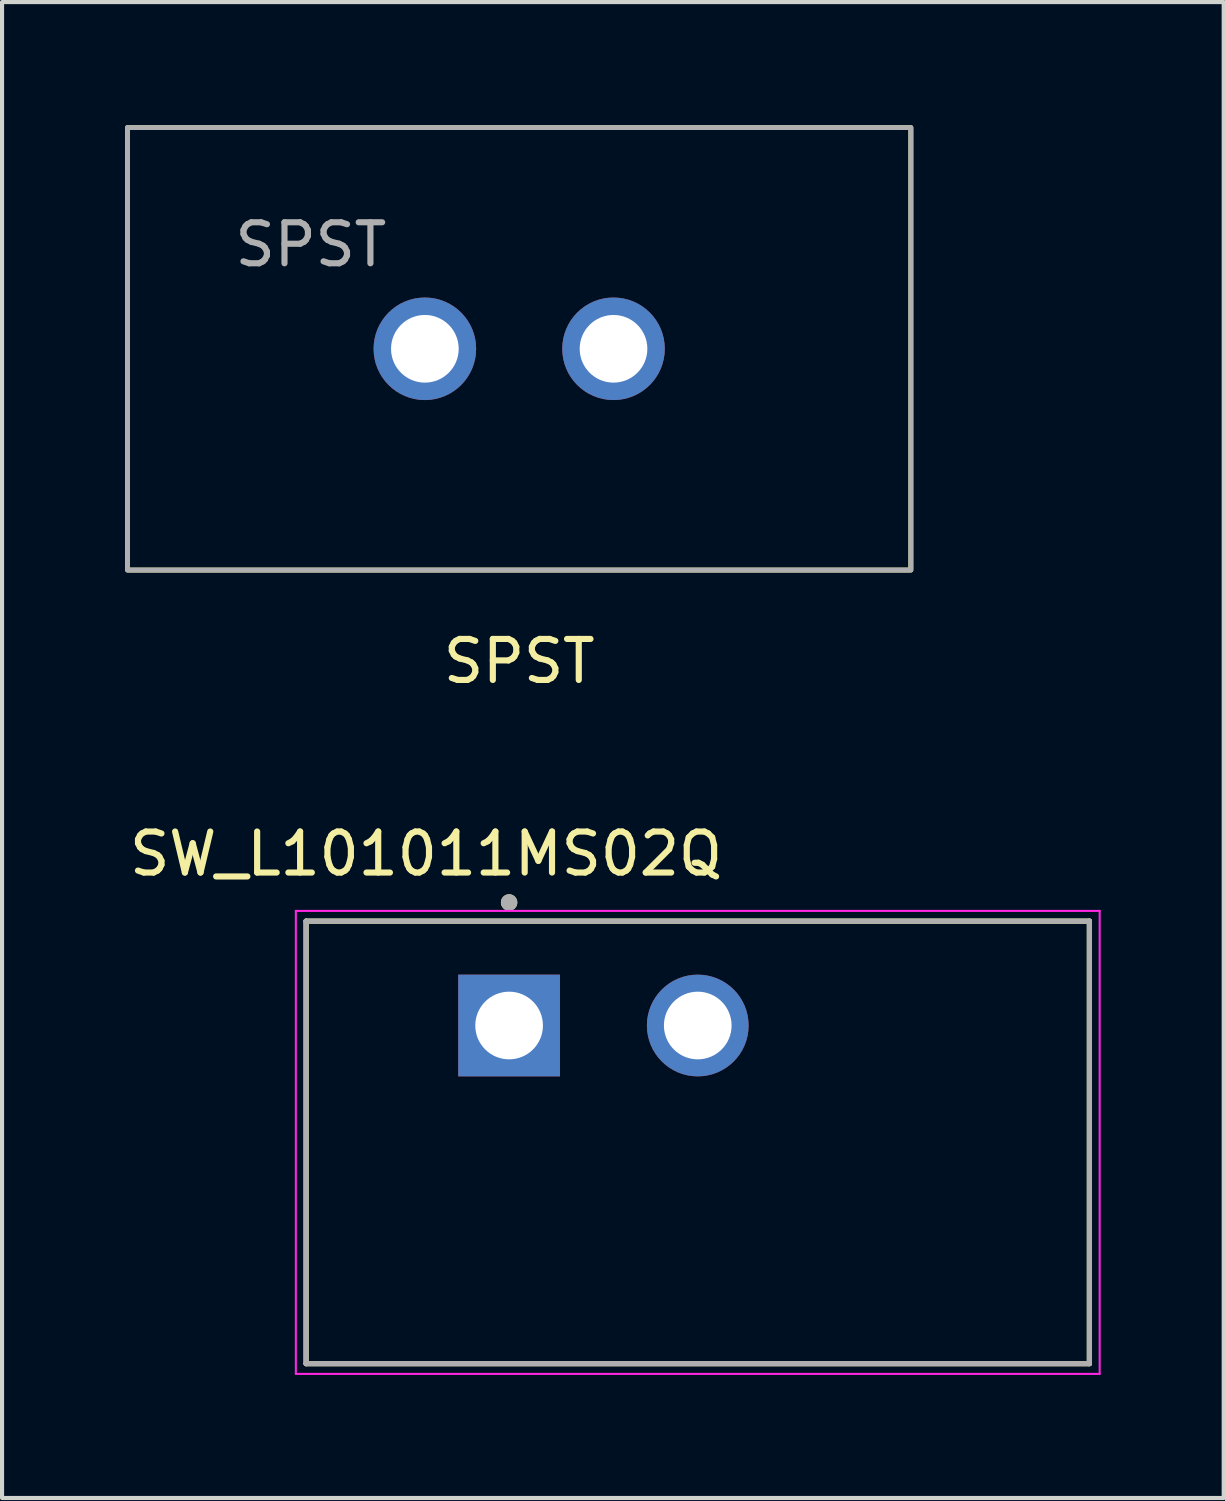
<source format=kicad_pcb>
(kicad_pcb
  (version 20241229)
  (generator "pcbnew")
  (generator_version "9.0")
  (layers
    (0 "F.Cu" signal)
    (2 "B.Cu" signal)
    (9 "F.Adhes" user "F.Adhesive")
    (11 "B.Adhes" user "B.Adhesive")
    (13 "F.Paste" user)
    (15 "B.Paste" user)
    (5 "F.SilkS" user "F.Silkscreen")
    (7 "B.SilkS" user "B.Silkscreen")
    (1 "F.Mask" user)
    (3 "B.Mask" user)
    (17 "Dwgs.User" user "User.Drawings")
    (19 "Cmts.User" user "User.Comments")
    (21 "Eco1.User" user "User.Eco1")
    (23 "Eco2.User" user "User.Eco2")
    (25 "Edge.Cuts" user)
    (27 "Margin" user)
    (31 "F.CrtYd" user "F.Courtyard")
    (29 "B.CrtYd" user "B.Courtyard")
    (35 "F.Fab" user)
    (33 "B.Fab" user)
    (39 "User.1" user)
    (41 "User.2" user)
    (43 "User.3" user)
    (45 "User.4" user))
  (footprint "SPST"
    (layer "F.Cu")
    (at 9.61 5.455)
    (property "Reference" "SPST" (at 0 7.62 0) (unlocked yes) (layer "F.SilkS") (effects (font (size 1 1) (thickness 0.15))))
    (attr through_hole)
    (fp_rect (start -9.55 -5.395) (end 9.55 5.395) (stroke (width 0.12) (type solid)) (fill no) (layer "F.SilkS"))
    (fp_rect (start -9.55 -5.395) (end 9.55 5.395) (stroke (width 0.12) (type solid)) (fill no) (layer "F.Fab"))
    (fp_text user "${REFERENCE}" (at -5.08 -2.54 0) (unlocked yes) (layer "F.Fab") (effects (font (size 1 1) (thickness 0.15))))
    (pad "1" thru_hole circle (at -2.3 0) (size 2.5 2.5) (drill 1.65) (layers "*.Cu" "*.Mask"))
    (pad "2" thru_hole circle (at 2.3 0) (size 2.5 2.5) (drill 1.65) (layers "*.Cu" "*.Mask")))
  (footprint "SW_L101011MS02Q"
    (layer "F.Cu")
    (at 13.964 24.806)
    (property "Reference" "SW_L101011MS02Q" (at -6.625 -7.035 0) (layer "F.SilkS") (effects (font (size 1 1) (thickness 0.15))))
    (attr through_hole)
    (fp_line (start -9.55 -5.395) (end 9.55 -5.395) (stroke (width 0.127) (type solid)) (layer "F.SilkS"))
    (fp_line (start -9.55 5.395) (end -9.55 -5.395) (stroke (width 0.127) (type solid)) (layer "F.SilkS"))
    (fp_line (start 9.55 -5.395) (end 9.55 5.395) (stroke (width 0.127) (type solid)) (layer "F.SilkS"))
    (fp_line (start 9.55 5.395) (end -9.55 5.395) (stroke (width 0.127) (type solid)) (layer "F.SilkS"))
    (fp_circle (center -4.6 -5.85) (end -4.5 -5.85) (stroke (width 0.2) (type solid)) (fill no) (layer "F.SilkS"))
    (fp_line (start -9.8 -5.645) (end 9.8 -5.645) (stroke (width 0.05) (type solid)) (layer "F.CrtYd"))
    (fp_line (start -9.8 5.645) (end -9.8 -5.645) (stroke (width 0.05) (type solid)) (layer "F.CrtYd"))
    (fp_line (start 9.8 -5.645) (end 9.8 5.645) (stroke (width 0.05) (type solid)) (layer "F.CrtYd"))
    (fp_line (start 9.8 5.645) (end -9.8 5.645) (stroke (width 0.05) (type solid)) (layer "F.CrtYd"))
    (fp_line (start -9.55 -5.395) (end 9.55 -5.395) (stroke (width 0.127) (type solid)) (layer "F.Fab"))
    (fp_line (start -9.55 5.395) (end -9.55 -5.395) (stroke (width 0.127) (type solid)) (layer "F.Fab"))
    (fp_line (start 9.55 -5.395) (end 9.55 5.395) (stroke (width 0.127) (type solid)) (layer "F.Fab"))
    (fp_line (start 9.55 5.395) (end -9.55 5.395) (stroke (width 0.127) (type solid)) (layer "F.Fab"))
    (fp_circle (center -4.6 -5.85) (end -4.5 -5.85) (stroke (width 0.2) (type solid)) (fill no) (layer "F.Fab"))
    (pad "1" thru_hole rect (at -4.6 -2.85) (size 2.48 2.48) (drill 1.65) (layers "*.Cu" "*.Mask"))
    (pad "2" thru_hole circle (at 0 -2.85) (size 2.48 2.48) (drill 1.65) (layers "*.Cu" "*.Mask")))
  (gr_rect
    (start -3 -3)
    (end 26.789 33.477)
    (stroke (width 0.1) (type default))
    (fill no)
    (layer "Edge.Cuts")))
</source>
